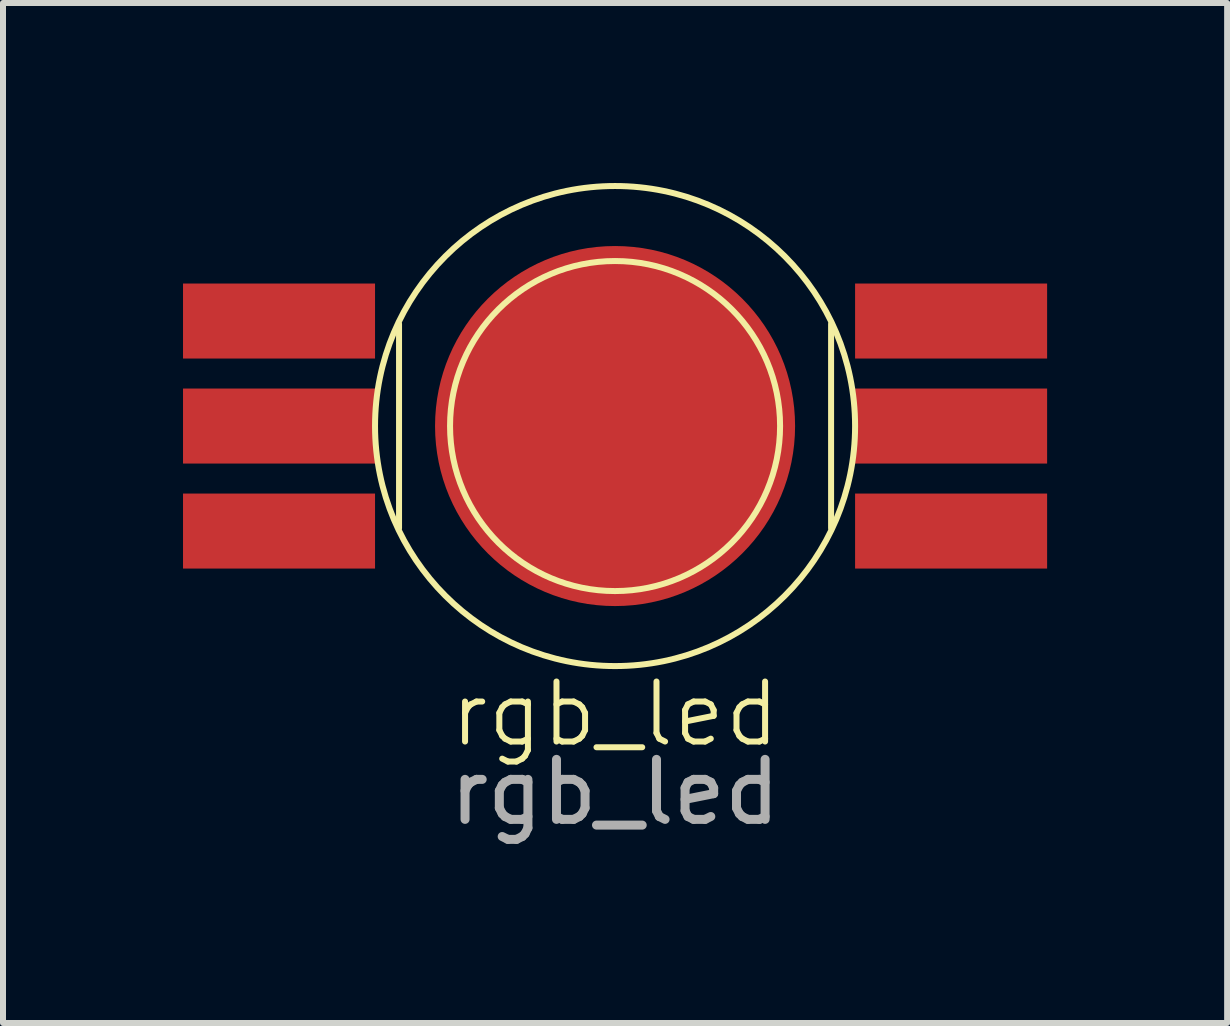
<source format=kicad_pcb>
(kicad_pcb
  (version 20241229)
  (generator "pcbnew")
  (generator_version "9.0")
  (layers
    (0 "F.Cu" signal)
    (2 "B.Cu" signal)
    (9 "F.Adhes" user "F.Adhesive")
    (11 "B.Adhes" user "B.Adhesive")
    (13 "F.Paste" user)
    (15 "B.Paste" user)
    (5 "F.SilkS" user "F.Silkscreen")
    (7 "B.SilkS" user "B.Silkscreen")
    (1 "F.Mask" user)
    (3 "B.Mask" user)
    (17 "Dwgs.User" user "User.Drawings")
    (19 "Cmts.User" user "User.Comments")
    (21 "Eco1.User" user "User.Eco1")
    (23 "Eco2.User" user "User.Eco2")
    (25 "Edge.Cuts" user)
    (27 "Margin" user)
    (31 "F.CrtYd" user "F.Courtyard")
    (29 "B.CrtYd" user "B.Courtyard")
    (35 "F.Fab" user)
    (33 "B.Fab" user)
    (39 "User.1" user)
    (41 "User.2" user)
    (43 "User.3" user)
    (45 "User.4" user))
  (footprint "rgb_led"
    (layer "F.Cu")
    (at 7.2 4.05)
    (property "Reference" "rgb_led" (at 0 4.8 0) (unlocked yes) (layer "F.SilkS") (effects (font (size 1 1) (thickness 0.1))))
    (attr smd)
    (fp_line (start -3.6 -1.7) (end -3.6 1.7) (stroke (width 0.1) (type default)) (layer "F.SilkS"))
    (fp_line (start 3.6 -1.7) (end 3.6 1.7) (stroke (width 0.1) (type default)) (layer "F.SilkS"))
    (fp_circle (center 0 0) (end 2.75 0) (stroke (width 0.1) (type default)) (fill no) (layer "F.SilkS"))
    (fp_circle (center 0 0) (end 4 0) (stroke (width 0.1) (type default)) (fill no) (layer "F.SilkS"))
    (fp_text user "${REFERENCE}" (at 0 6.1 0) (unlocked yes) (layer "F.Fab") (effects (font (size 1 1) (thickness 0.15))))
    (pad "" smd circle (at 0 0) (size 6 6) (property pad_prop_heatsink) (layers "F.Cu" "F.Mask" "F.Paste"))
    (pad "1" smd rect (at -5.6 1.75) (size 3.2 1.25) (layers "F.Cu" "F.Mask" "F.Paste"))
    (pad "2" smd rect (at -5.6 0) (size 3.2 1.25) (layers "F.Cu" "F.Mask" "F.Paste"))
    (pad "3" smd rect (at -5.6 -1.75) (size 3.2 1.25) (layers "F.Cu" "F.Mask" "F.Paste"))
    (pad "4" smd rect (at 5.6 -1.75) (size 3.2 1.25) (layers "F.Cu" "F.Mask" "F.Paste"))
    (pad "5" smd rect (at 5.6 0) (size 3.2 1.25) (layers "F.Cu" "F.Mask" "F.Paste"))
    (pad "6" smd rect (at 5.6 1.75) (size 3.2 1.25) (layers "F.Cu" "F.Mask" "F.Paste")))
  (gr_rect
    (start -3 -3)
    (end 17.4 13.998)
    (stroke (width 0.1) (type default))
    (fill no)
    (layer "Edge.Cuts")))
</source>
